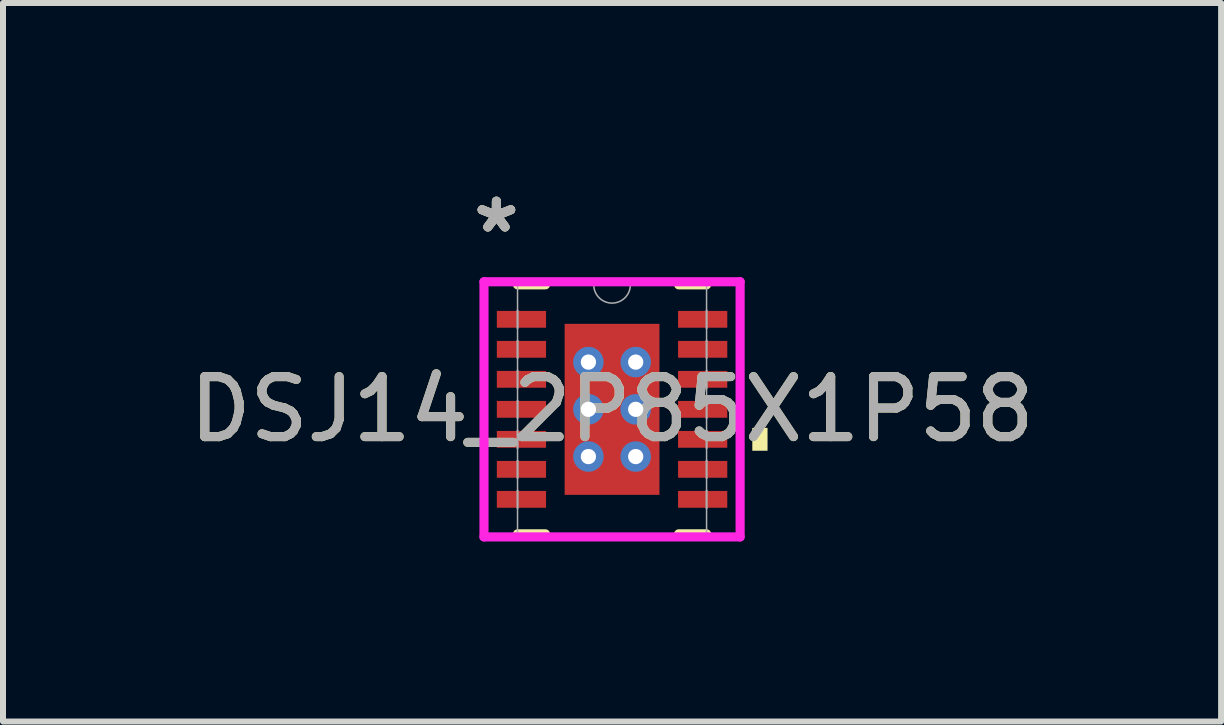
<source format=kicad_pcb>
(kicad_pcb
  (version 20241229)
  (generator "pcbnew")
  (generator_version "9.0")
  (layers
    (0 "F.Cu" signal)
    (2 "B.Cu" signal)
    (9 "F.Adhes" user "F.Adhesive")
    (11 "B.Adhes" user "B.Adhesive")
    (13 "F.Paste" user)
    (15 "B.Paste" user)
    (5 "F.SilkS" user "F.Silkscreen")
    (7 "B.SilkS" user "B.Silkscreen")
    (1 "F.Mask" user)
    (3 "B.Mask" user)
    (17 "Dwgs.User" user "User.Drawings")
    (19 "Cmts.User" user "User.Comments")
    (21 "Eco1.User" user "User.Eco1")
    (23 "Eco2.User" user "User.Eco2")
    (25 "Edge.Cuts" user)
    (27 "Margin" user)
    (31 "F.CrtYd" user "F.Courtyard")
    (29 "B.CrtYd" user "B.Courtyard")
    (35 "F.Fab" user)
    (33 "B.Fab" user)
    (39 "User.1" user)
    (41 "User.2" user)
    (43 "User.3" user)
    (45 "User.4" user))
  (footprint "DSJ14_2P85X1P58"
    (layer "F.Cu")
    (at 7.149 3.771)
    (property "Reference" "DSJ14_2P85X1P58" (at 0 0 0) (unlocked yes) (layer "F.SilkS") (effects (font (size 1 1) (thickness 0.15))))
    (attr smd)
    (fp_poly (pts (xy -1.92 -1.64) (xy -1.92 -1.36) (xy -1.1 -1.36) (xy -1.1 -1.64)) (stroke (width 0) (type solid)) (fill yes) (layer "F.Mask"))
    (fp_poly (pts (xy -1.92 -1.14) (xy -1.92 -0.86) (xy -1.1 -0.86) (xy -1.1 -1.14)) (stroke (width 0) (type solid)) (fill yes) (layer "F.Mask"))
    (fp_poly (pts (xy -1.92 -0.64) (xy -1.92 -0.36) (xy -1.1 -0.36) (xy -1.1 -0.64)) (stroke (width 0) (type solid)) (fill yes) (layer "F.Mask"))
    (fp_poly (pts (xy -1.92 -0.14) (xy -1.92 0.14) (xy -1.1 0.14) (xy -1.1 -0.14)) (stroke (width 0) (type solid)) (fill yes) (layer "F.Mask"))
    (fp_poly (pts (xy -1.92 0.36) (xy -1.92 0.64) (xy -1.1 0.64) (xy -1.1 0.36)) (stroke (width 0) (type solid)) (fill yes) (layer "F.Mask"))
    (fp_poly (pts (xy -1.92 0.86) (xy -1.92 1.14) (xy -1.1 1.14) (xy -1.1 0.86)) (stroke (width 0) (type solid)) (fill yes) (layer "F.Mask"))
    (fp_poly (pts (xy -1.92 1.36) (xy -1.92 1.64) (xy -1.1 1.64) (xy -1.1 1.36)) (stroke (width 0) (type solid)) (fill yes) (layer "F.Mask"))
    (fp_poly (pts (xy -0.854 -1.488) (xy -0.594 -1.488) (xy -0.594 1.488) (xy -0.854 1.488)) (stroke (width 0) (type solid)) (fill yes) (layer "F.Mask"))
    (fp_poly (pts (xy -0.854 -1.488) (xy 0.854 -1.488) (xy 0.854 -0.987) (xy -0.854 -0.987)) (stroke (width 0) (type solid)) (fill yes) (layer "F.Mask"))
    (fp_poly (pts (xy -0.854 -0.587) (xy 0.854 -0.587) (xy 0.854 -0.2) (xy -0.854 -0.2)) (stroke (width 0) (type solid)) (fill yes) (layer "F.Mask"))
    (fp_poly (pts (xy -0.854 0.2) (xy 0.854 0.2) (xy 0.854 0.587) (xy -0.854 0.587)) (stroke (width 0) (type solid)) (fill yes) (layer "F.Mask"))
    (fp_poly (pts (xy -0.854 0.987) (xy 0.854 0.987) (xy 0.854 1.488) (xy -0.854 1.488)) (stroke (width 0) (type solid)) (fill yes) (layer "F.Mask"))
    (fp_poly (pts (xy -0.458 -1.323) (xy -0.892 -1.323) (xy -0.892 -2.077) (xy -0.458 -2.077)) (stroke (width 0) (type solid)) (fill yes) (layer "F.Mask"))
    (fp_poly (pts (xy -0.458 1.323) (xy -0.892 1.323) (xy -0.892 2.077) (xy -0.458 2.077)) (stroke (width 0) (type solid)) (fill yes) (layer "F.Mask"))
    (fp_poly (pts (xy -0.008 -1.323) (xy -0.442 -1.323) (xy -0.442 -2.077) (xy -0.008 -2.077)) (stroke (width 0) (type solid)) (fill yes) (layer "F.Mask"))
    (fp_poly (pts (xy -0.008 1.323) (xy -0.442 1.323) (xy -0.442 2.077) (xy -0.008 2.077)) (stroke (width 0) (type solid)) (fill yes) (layer "F.Mask"))
    (fp_poly (pts (xy 0.008 -1.323) (xy 0.442 -1.323) (xy 0.442 -2.077) (xy 0.008 -2.077)) (stroke (width 0) (type solid)) (fill yes) (layer "F.Mask"))
    (fp_poly (pts (xy 0.008 1.323) (xy 0.442 1.323) (xy 0.442 2.077) (xy 0.008 2.077)) (stroke (width 0) (type solid)) (fill yes) (layer "F.Mask"))
    (fp_poly (pts (xy 0.194 -1.488) (xy -0.194 -1.488) (xy -0.194 1.488) (xy 0.194 1.488)) (stroke (width 0) (type solid)) (fill yes) (layer "F.Mask"))
    (fp_poly (pts (xy 0.458 -1.323) (xy 0.892 -1.323) (xy 0.892 -2.077) (xy 0.458 -2.077)) (stroke (width 0) (type solid)) (fill yes) (layer "F.Mask"))
    (fp_poly (pts (xy 0.458 1.323) (xy 0.892 1.323) (xy 0.892 2.077) (xy 0.458 2.077)) (stroke (width 0) (type solid)) (fill yes) (layer "F.Mask"))
    (fp_poly (pts (xy 0.594 -1.488) (xy 0.854 -1.488) (xy 0.854 1.488) (xy 0.594 1.488)) (stroke (width 0) (type solid)) (fill yes) (layer "F.Mask"))
    (fp_poly (pts (xy 1.1 -1.64) (xy 1.1 -1.36) (xy 1.92 -1.36) (xy 1.92 -1.64)) (stroke (width 0) (type solid)) (fill yes) (layer "F.Mask"))
    (fp_poly (pts (xy 1.1 -1.14) (xy 1.1 -0.86) (xy 1.92 -0.86) (xy 1.92 -1.14)) (stroke (width 0) (type solid)) (fill yes) (layer "F.Mask"))
    (fp_poly (pts (xy 1.1 -0.64) (xy 1.1 -0.36) (xy 1.92 -0.36) (xy 1.92 -0.64)) (stroke (width 0) (type solid)) (fill yes) (layer "F.Mask"))
    (fp_poly (pts (xy 1.1 -0.14) (xy 1.1 0.14) (xy 1.92 0.14) (xy 1.92 -0.14)) (stroke (width 0) (type solid)) (fill yes) (layer "F.Mask"))
    (fp_poly (pts (xy 1.1 0.36) (xy 1.1 0.64) (xy 1.92 0.64) (xy 1.92 0.36)) (stroke (width 0) (type solid)) (fill yes) (layer "F.Mask"))
    (fp_poly (pts (xy 1.1 0.86) (xy 1.1 1.14) (xy 1.92 1.14) (xy 1.92 0.86)) (stroke (width 0) (type solid)) (fill yes) (layer "F.Mask"))
    (fp_poly (pts (xy 1.1 1.36) (xy 1.1 1.64) (xy 1.92 1.64) (xy 1.92 1.36)) (stroke (width 0) (type solid)) (fill yes) (layer "F.Mask"))
    (fp_line (start -1.575 2.075) (end -1.11 2.075) (stroke (width 0.152) (type solid)) (layer "F.SilkS"))
    (fp_line (start -1.11 -2.075) (end -1.575 -2.075) (stroke (width 0.152) (type solid)) (layer "F.SilkS"))
    (fp_line (start 1.11 2.075) (end 1.575 2.075) (stroke (width 0.152) (type solid)) (layer "F.SilkS"))
    (fp_line (start 1.575 -2.075) (end 1.11 -2.075) (stroke (width 0.152) (type solid)) (layer "F.SilkS"))
    (fp_poly (pts (xy 2.591 0.309) (xy 2.591 0.69) (xy 2.337 0.69) (xy 2.337 0.309)) (stroke (width 0) (type solid)) (fill yes) (layer "F.SilkS"))
    (fp_poly (pts (xy -1.92 -1.64) (xy -1.92 -1.36) (xy -1.1 -1.36) (xy -1.1 -1.64)) (stroke (width 0) (type solid)) (fill yes) (layer "F.Paste"))
    (fp_poly (pts (xy -1.92 -1.14) (xy -1.92 -0.86) (xy -1.1 -0.86) (xy -1.1 -1.14)) (stroke (width 0) (type solid)) (fill yes) (layer "F.Paste"))
    (fp_poly (pts (xy -1.92 -0.64) (xy -1.92 -0.36) (xy -1.1 -0.36) (xy -1.1 -0.64)) (stroke (width 0) (type solid)) (fill yes) (layer "F.Paste"))
    (fp_poly (pts (xy -1.92 -0.14) (xy -1.92 0.14) (xy -1.1 0.14) (xy -1.1 -0.14)) (stroke (width 0) (type solid)) (fill yes) (layer "F.Paste"))
    (fp_poly (pts (xy -1.92 0.36) (xy -1.92 0.64) (xy -1.1 0.64) (xy -1.1 0.36)) (stroke (width 0) (type solid)) (fill yes) (layer "F.Paste"))
    (fp_poly (pts (xy -1.92 0.86) (xy -1.92 1.14) (xy -1.1 1.14) (xy -1.1 0.86)) (stroke (width 0) (type solid)) (fill yes) (layer "F.Paste"))
    (fp_poly (pts (xy -1.92 1.36) (xy -1.92 1.64) (xy -1.1 1.64) (xy -1.1 1.36)) (stroke (width 0) (type solid)) (fill yes) (layer "F.Paste"))
    (fp_poly (pts (xy -0.56 -1.527) (xy -0.79 -1.527) (xy -0.79 -1.975) (xy -0.56 -1.975)) (stroke (width 0) (type solid)) (fill yes) (layer "F.Paste"))
    (fp_poly (pts (xy -0.56 1.527) (xy -0.79 1.527) (xy -0.79 1.975) (xy -0.56 1.975)) (stroke (width 0) (type solid)) (fill yes) (layer "F.Paste"))
    (fp_poly (pts (xy -0.11 -1.527) (xy -0.34 -1.527) (xy -0.34 -1.975) (xy -0.11 -1.975)) (stroke (width 0) (type solid)) (fill yes) (layer "F.Paste"))
    (fp_poly (pts (xy -0.11 1.527) (xy -0.34 1.527) (xy -0.34 1.975) (xy -0.11 1.975)) (stroke (width 0) (type solid)) (fill yes) (layer "F.Paste"))
    (fp_poly (pts (xy 0.11 -1.527) (xy 0.34 -1.527) (xy 0.34 -1.975) (xy 0.11 -1.975)) (stroke (width 0) (type solid)) (fill yes) (layer "F.Paste"))
    (fp_poly (pts (xy 0.11 1.527) (xy 0.34 1.527) (xy 0.34 1.975) (xy 0.11 1.975)) (stroke (width 0) (type solid)) (fill yes) (layer "F.Paste"))
    (fp_poly (pts (xy 0.56 -1.527) (xy 0.79 -1.527) (xy 0.79 -1.975) (xy 0.56 -1.975)) (stroke (width 0) (type solid)) (fill yes) (layer "F.Paste"))
    (fp_poly (pts (xy 0.56 1.527) (xy 0.79 1.527) (xy 0.79 1.975) (xy 0.56 1.975)) (stroke (width 0) (type solid)) (fill yes) (layer "F.Paste"))
    (fp_poly (pts (xy 1.1 -1.64) (xy 1.1 -1.36) (xy 1.92 -1.36) (xy 1.92 -1.64)) (stroke (width 0) (type solid)) (fill yes) (layer "F.Paste"))
    (fp_poly (pts (xy 1.1 -1.14) (xy 1.1 -0.86) (xy 1.92 -0.86) (xy 1.92 -1.14)) (stroke (width 0) (type solid)) (fill yes) (layer "F.Paste"))
    (fp_poly (pts (xy 1.1 -0.64) (xy 1.1 -0.36) (xy 1.92 -0.36) (xy 1.92 -0.64)) (stroke (width 0) (type solid)) (fill yes) (layer "F.Paste"))
    (fp_poly (pts (xy 1.1 -0.14) (xy 1.1 0.14) (xy 1.92 0.14) (xy 1.92 -0.14)) (stroke (width 0) (type solid)) (fill yes) (layer "F.Paste"))
    (fp_poly (pts (xy 1.1 0.36) (xy 1.1 0.64) (xy 1.92 0.64) (xy 1.92 0.36)) (stroke (width 0) (type solid)) (fill yes) (layer "F.Paste"))
    (fp_poly (pts (xy 1.1 0.86) (xy 1.1 1.14) (xy 1.92 1.14) (xy 1.92 0.86)) (stroke (width 0) (type solid)) (fill yes) (layer "F.Paste"))
    (fp_poly (pts (xy 1.1 1.36) (xy 1.1 1.64) (xy 1.92 1.64) (xy 1.92 1.36)) (stroke (width 0) (type solid)) (fill yes) (layer "F.Paste"))
    (fp_poly (pts (xy -0.715 -1.35) (xy -0.715 -0.887) (xy -0.635 -0.887) (xy -0.494 -1.029) (xy -0.494 -1.35)) (stroke (width 0) (type solid)) (fill yes) (layer "F.Paste"))
    (fp_poly (pts (xy -0.715 0.887) (xy -0.715 1.35) (xy -0.494 1.35) (xy -0.494 1.029) (xy -0.635 0.887)) (stroke (width 0) (type solid)) (fill yes) (layer "F.Paste"))
    (fp_poly (pts (xy 0.494 -1.35) (xy 0.494 -1.029) (xy 0.635 -0.887) (xy 0.715 -0.887) (xy 0.715 -1.35)) (stroke (width 0) (type solid)) (fill yes) (layer "F.Paste"))
    (fp_poly (pts (xy 0.635 0.887) (xy 0.494 1.029) (xy 0.494 1.35) (xy 0.715 1.35) (xy 0.715 0.887)) (stroke (width 0) (type solid)) (fill yes) (layer "F.Paste"))
    (fp_poly (pts (xy -0.715 -0.687) (xy -0.715 -0.1) (xy -0.635 -0.1) (xy -0.494 -0.241) (xy -0.494 -0.546) (xy -0.635 -0.687)) (stroke (width 0) (type solid)) (fill yes) (layer "F.Paste"))
    (fp_poly (pts (xy -0.715 0.1) (xy -0.715 0.687) (xy -0.635 0.687) (xy -0.494 0.546) (xy -0.494 0.241) (xy -0.635 0.1)) (stroke (width 0) (type solid)) (fill yes) (layer "F.Paste"))
    (fp_poly (pts (xy -0.294 -1.35) (xy -0.294 -1.029) (xy -0.152 -0.887) (xy 0.152 -0.887) (xy 0.294 -1.029) (xy 0.294 -1.35)) (stroke (width 0) (type solid)) (fill yes) (layer "F.Paste"))
    (fp_poly (pts (xy -0.152 0.887) (xy -0.294 1.029) (xy -0.294 1.35) (xy 0.294 1.35) (xy 0.294 1.029) (xy 0.152 0.887)) (stroke (width 0) (type solid)) (fill yes) (layer "F.Paste"))
    (fp_poly (pts (xy 0.635 -0.687) (xy 0.494 -0.546) (xy 0.494 -0.241) (xy 0.635 -0.1) (xy 0.715 -0.1) (xy 0.715 -0.687)) (stroke (width 0) (type solid)) (fill yes) (layer "F.Paste"))
    (fp_poly (pts (xy 0.635 0.1) (xy 0.494 0.241) (xy 0.494 0.546) (xy 0.635 0.687) (xy 0.715 0.687) (xy 0.715 0.1)) (stroke (width 0) (type solid)) (fill yes) (layer "F.Paste"))
    (fp_poly (pts (xy -0.152 -0.687) (xy -0.294 -0.546) (xy -0.294 -0.241) (xy -0.152 -0.1) (xy 0.152 -0.1) (xy 0.294 -0.241) (xy 0.294 -0.546) (xy 0.152 -0.687)) (stroke (width 0) (type solid)) (fill yes) (layer "F.Paste"))
    (fp_poly (pts (xy -0.152 0.1) (xy -0.294 0.241) (xy -0.294 0.546) (xy -0.152 0.687) (xy 0.152 0.687) (xy 0.294 0.546) (xy 0.294 0.241) (xy 0.152 0.1)) (stroke (width 0) (type solid)) (fill yes) (layer "F.Paste"))
    (fp_line (start -2.134 -2.126) (end 2.134 -2.126) (stroke (width 0.152) (type solid)) (layer "F.CrtYd"))
    (fp_line (start -2.134 2.126) (end -2.134 -2.126) (stroke (width 0.152) (type solid)) (layer "F.CrtYd"))
    (fp_line (start 2.134 -2.126) (end 2.134 2.126) (stroke (width 0.152) (type solid)) (layer "F.CrtYd"))
    (fp_line (start 2.134 2.126) (end -2.134 2.126) (stroke (width 0.152) (type solid)) (layer "F.CrtYd"))
    (fp_line (start -1.575 -2.075) (end -1.575 2.075) (stroke (width 0.025) (type solid)) (layer "F.Fab"))
    (fp_line (start -1.575 -1.65) (end -1.575 -1.65) (stroke (width 0.025) (type solid)) (layer "F.Fab"))
    (fp_line (start -1.575 -1.65) (end -1.575 -1.35) (stroke (width 0.025) (type solid)) (layer "F.Fab"))
    (fp_line (start -1.575 -1.35) (end -1.575 -1.65) (stroke (width 0.025) (type solid)) (layer "F.Fab"))
    (fp_line (start -1.575 -1.35) (end -1.575 -1.35) (stroke (width 0.025) (type solid)) (layer "F.Fab"))
    (fp_line (start -1.575 -1.15) (end -1.575 -1.15) (stroke (width 0.025) (type solid)) (layer "F.Fab"))
    (fp_line (start -1.575 -1.15) (end -1.575 -0.85) (stroke (width 0.025) (type solid)) (layer "F.Fab"))
    (fp_line (start -1.575 -0.85) (end -1.575 -1.15) (stroke (width 0.025) (type solid)) (layer "F.Fab"))
    (fp_line (start -1.575 -0.85) (end -1.575 -0.85) (stroke (width 0.025) (type solid)) (layer "F.Fab"))
    (fp_line (start -1.575 -0.65) (end -1.575 -0.65) (stroke (width 0.025) (type solid)) (layer "F.Fab"))
    (fp_line (start -1.575 -0.65) (end -1.575 -0.35) (stroke (width 0.025) (type solid)) (layer "F.Fab"))
    (fp_line (start -1.575 -0.35) (end -1.575 -0.65) (stroke (width 0.025) (type solid)) (layer "F.Fab"))
    (fp_line (start -1.575 -0.35) (end -1.575 -0.35) (stroke (width 0.025) (type solid)) (layer "F.Fab"))
    (fp_line (start -1.575 -0.15) (end -1.575 -0.15) (stroke (width 0.025) (type solid)) (layer "F.Fab"))
    (fp_line (start -1.575 -0.15) (end -1.575 0.15) (stroke (width 0.025) (type solid)) (layer "F.Fab"))
    (fp_line (start -1.575 0.15) (end -1.575 -0.15) (stroke (width 0.025) (type solid)) (layer "F.Fab"))
    (fp_line (start -1.575 0.15) (end -1.575 0.15) (stroke (width 0.025) (type solid)) (layer "F.Fab"))
    (fp_line (start -1.575 0.35) (end -1.575 0.35) (stroke (width 0.025) (type solid)) (layer "F.Fab"))
    (fp_line (start -1.575 0.35) (end -1.575 0.65) (stroke (width 0.025) (type solid)) (layer "F.Fab"))
    (fp_line (start -1.575 0.65) (end -1.575 0.35) (stroke (width 0.025) (type solid)) (layer "F.Fab"))
    (fp_line (start -1.575 0.65) (end -1.575 0.65) (stroke (width 0.025) (type solid)) (layer "F.Fab"))
    (fp_line (start -1.575 0.85) (end -1.575 0.85) (stroke (width 0.025) (type solid)) (layer "F.Fab"))
    (fp_line (start -1.575 0.85) (end -1.575 1.15) (stroke (width 0.025) (type solid)) (layer "F.Fab"))
    (fp_line (start -1.575 1.15) (end -1.575 0.85) (stroke (width 0.025) (type solid)) (layer "F.Fab"))
    (fp_line (start -1.575 1.15) (end -1.575 1.15) (stroke (width 0.025) (type solid)) (layer "F.Fab"))
    (fp_line (start -1.575 1.35) (end -1.575 1.35) (stroke (width 0.025) (type solid)) (layer "F.Fab"))
    (fp_line (start -1.575 1.35) (end -1.575 1.65) (stroke (width 0.025) (type solid)) (layer "F.Fab"))
    (fp_line (start -1.575 1.65) (end -1.575 1.35) (stroke (width 0.025) (type solid)) (layer "F.Fab"))
    (fp_line (start -1.575 1.65) (end -1.575 1.65) (stroke (width 0.025) (type solid)) (layer "F.Fab"))
    (fp_line (start -1.575 2.075) (end 1.575 2.075) (stroke (width 0.025) (type solid)) (layer "F.Fab"))
    (fp_line (start 1.575 -2.075) (end -1.575 -2.075) (stroke (width 0.025) (type solid)) (layer "F.Fab"))
    (fp_line (start 1.575 -1.65) (end 1.575 -1.65) (stroke (width 0.025) (type solid)) (layer "F.Fab"))
    (fp_line (start 1.575 -1.65) (end 1.575 -1.35) (stroke (width 0.025) (type solid)) (layer "F.Fab"))
    (fp_line (start 1.575 -1.35) (end 1.575 -1.65) (stroke (width 0.025) (type solid)) (layer "F.Fab"))
    (fp_line (start 1.575 -1.35) (end 1.575 -1.35) (stroke (width 0.025) (type solid)) (layer "F.Fab"))
    (fp_line (start 1.575 -1.15) (end 1.575 -1.15) (stroke (width 0.025) (type solid)) (layer "F.Fab"))
    (fp_line (start 1.575 -1.15) (end 1.575 -0.85) (stroke (width 0.025) (type solid)) (layer "F.Fab"))
    (fp_line (start 1.575 -0.85) (end 1.575 -1.15) (stroke (width 0.025) (type solid)) (layer "F.Fab"))
    (fp_line (start 1.575 -0.85) (end 1.575 -0.85) (stroke (width 0.025) (type solid)) (layer "F.Fab"))
    (fp_line (start 1.575 -0.65) (end 1.575 -0.65) (stroke (width 0.025) (type solid)) (layer "F.Fab"))
    (fp_line (start 1.575 -0.65) (end 1.575 -0.35) (stroke (width 0.025) (type solid)) (layer "F.Fab"))
    (fp_line (start 1.575 -0.35) (end 1.575 -0.65) (stroke (width 0.025) (type solid)) (layer "F.Fab"))
    (fp_line (start 1.575 -0.35) (end 1.575 -0.35) (stroke (width 0.025) (type solid)) (layer "F.Fab"))
    (fp_line (start 1.575 -0.15) (end 1.575 -0.15) (stroke (width 0.025) (type solid)) (layer "F.Fab"))
    (fp_line (start 1.575 -0.15) (end 1.575 0.15) (stroke (width 0.025) (type solid)) (layer "F.Fab"))
    (fp_line (start 1.575 0.15) (end 1.575 -0.15) (stroke (width 0.025) (type solid)) (layer "F.Fab"))
    (fp_line (start 1.575 0.15) (end 1.575 0.15) (stroke (width 0.025) (type solid)) (layer "F.Fab"))
    (fp_line (start 1.575 0.35) (end 1.575 0.35) (stroke (width 0.025) (type solid)) (layer "F.Fab"))
    (fp_line (start 1.575 0.35) (end 1.575 0.65) (stroke (width 0.025) (type solid)) (layer "F.Fab"))
    (fp_line (start 1.575 0.65) (end 1.575 0.35) (stroke (width 0.025) (type solid)) (layer "F.Fab"))
    (fp_line (start 1.575 0.65) (end 1.575 0.65) (stroke (width 0.025) (type solid)) (layer "F.Fab"))
    (fp_line (start 1.575 0.85) (end 1.575 0.85) (stroke (width 0.025) (type solid)) (layer "F.Fab"))
    (fp_line (start 1.575 0.85) (end 1.575 1.15) (stroke (width 0.025) (type solid)) (layer "F.Fab"))
    (fp_line (start 1.575 1.15) (end 1.575 0.85) (stroke (width 0.025) (type solid)) (layer "F.Fab"))
    (fp_line (start 1.575 1.15) (end 1.575 1.15) (stroke (width 0.025) (type solid)) (layer "F.Fab"))
    (fp_line (start 1.575 1.35) (end 1.575 1.35) (stroke (width 0.025) (type solid)) (layer "F.Fab"))
    (fp_line (start 1.575 1.35) (end 1.575 1.65) (stroke (width 0.025) (type solid)) (layer "F.Fab"))
    (fp_line (start 1.575 1.65) (end 1.575 1.35) (stroke (width 0.025) (type solid)) (layer "F.Fab"))
    (fp_line (start 1.575 1.65) (end 1.575 1.65) (stroke (width 0.025) (type solid)) (layer "F.Fab"))
    (fp_line (start 1.575 2.075) (end 1.575 -2.075) (stroke (width 0.025) (type solid)) (layer "F.Fab"))
    (fp_arc (start 0.3048 -2.075) (mid 0 -1.7702) (end -0.3048 -2.075) (stroke (width 0.0254) (type solid)) (layer "F.Fab"))
    (fp_text user "*" (at -1.927 -2.923 0) (layer "F.SilkS") (effects (font (size 1 1) (thickness 0.15))))
    (fp_text user "*" (at -1.927 -2.923 0) (unlocked yes) (layer "F.SilkS") (effects (font (size 1 1) (thickness 0.15))))
    (fp_text user "${REFERENCE}" (at 0 0 0) (unlocked yes) (layer "F.Fab") (effects (font (size 1 1) (thickness 0.15))))
    (fp_text user "*" (at -1.927 -2.923 0) (unlocked yes) (layer "F.Fab") (effects (font (size 1 1) (thickness 0.15))))
    (fp_text user "*" (at -1.927 -2.923 0) (layer "F.Fab") (effects (font (size 1 1) (thickness 0.15))))
    (pad "1" smd rect (at -1.51 -1.5) (size 0.82 0.28) (layers "F.Cu" "F.Mask"))
    (pad "2" smd rect (at -1.51 -1) (size 0.82 0.28) (layers "F.Cu" "F.Mask"))
    (pad "3" smd rect (at -1.51 -0.5) (size 0.82 0.28) (layers "F.Cu" "F.Mask"))
    (pad "4" smd rect (at -1.51 0) (size 0.82 0.28) (layers "F.Cu" "F.Mask"))
    (pad "5" smd rect (at -1.51 0.5) (size 0.82 0.28) (layers "F.Cu" "F.Mask"))
    (pad "6" smd rect (at -1.51 1) (size 0.82 0.28) (layers "F.Cu" "F.Mask"))
    (pad "7" smd rect (at -1.51 1.5) (size 0.82 0.28) (layers "F.Cu" "F.Mask"))
    (pad "8" smd rect (at 1.51 1.5) (size 0.82 0.28) (layers "F.Cu" "F.Mask"))
    (pad "9" smd rect (at 1.51 1) (size 0.82 0.28) (layers "F.Cu" "F.Mask"))
    (pad "10" smd rect (at 1.51 0.5) (size 0.82 0.28) (layers "F.Cu" "F.Mask"))
    (pad "11" smd rect (at 1.51 0) (size 0.82 0.28) (layers "F.Cu" "F.Mask"))
    (pad "12" smd rect (at 1.51 -0.5) (size 0.82 0.28) (layers "F.Cu" "F.Mask"))
    (pad "13" smd rect (at 1.51 -1) (size 0.82 0.28) (layers "F.Cu" "F.Mask"))
    (pad "14" smd rect (at 1.51 -1.5) (size 0.82 0.28) (layers "F.Cu" "F.Mask"))
    (pad "15" smd rect (at 0 0) (size 1.58 2.85) (layers "F.Cu"))
    (pad "V" thru_hole circle (at -0.394 -0.787) (size 0.508 0.508) (drill 0.254) (layers "*.Cu" "*.Mask"))
    (pad "V" thru_hole circle (at -0.394 0) (size 0.508 0.508) (drill 0.254) (layers "*.Cu" "*.Mask"))
    (pad "V" thru_hole circle (at -0.394 0.787) (size 0.508 0.508) (drill 0.254) (layers "*.Cu" "*.Mask"))
    (pad "V" thru_hole circle (at 0.394 -0.787) (size 0.508 0.508) (drill 0.254) (layers "*.Cu" "*.Mask"))
    (pad "V" thru_hole circle (at 0.394 0) (size 0.508 0.508) (drill 0.254) (layers "*.Cu" "*.Mask"))
    (pad "V" thru_hole circle (at 0.394 0.787) (size 0.508 0.508) (drill 0.254) (layers "*.Cu" "*.Mask")))
  (gr_rect
    (start -3 -3)
    (end 17.298 8.973)
    (stroke (width 0.1) (type default))
    (fill no)
    (layer "Edge.Cuts")))
</source>
